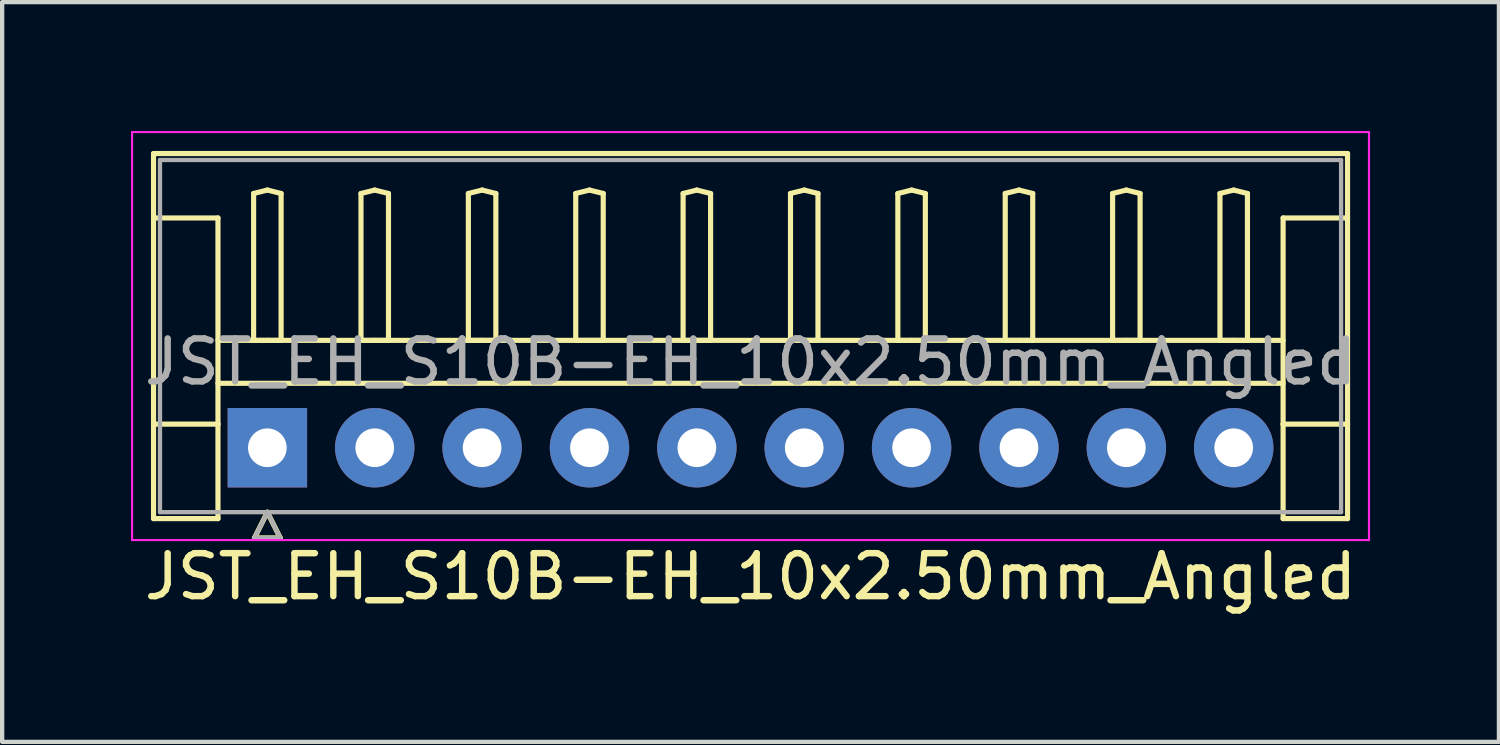
<source format=kicad_pcb>
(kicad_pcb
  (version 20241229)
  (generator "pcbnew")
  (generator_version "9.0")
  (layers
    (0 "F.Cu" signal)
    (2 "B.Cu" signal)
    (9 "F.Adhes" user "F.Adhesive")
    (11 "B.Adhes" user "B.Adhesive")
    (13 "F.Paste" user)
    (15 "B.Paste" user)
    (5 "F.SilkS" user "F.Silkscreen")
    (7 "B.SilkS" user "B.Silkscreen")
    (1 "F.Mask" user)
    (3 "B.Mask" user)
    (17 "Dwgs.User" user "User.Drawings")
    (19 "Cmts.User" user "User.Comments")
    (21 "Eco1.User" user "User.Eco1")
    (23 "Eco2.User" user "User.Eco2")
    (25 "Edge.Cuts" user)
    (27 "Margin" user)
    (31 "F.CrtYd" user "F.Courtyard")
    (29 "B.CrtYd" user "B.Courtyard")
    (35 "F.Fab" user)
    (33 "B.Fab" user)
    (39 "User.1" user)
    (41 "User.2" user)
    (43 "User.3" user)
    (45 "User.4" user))
  (footprint "JST_EH_S10B-EH_10x2.50mm_Angled"
    (layer "F.Cu")
    (at 3.175 7.375)
    (property "Reference" "JST_EH_S10B-EH_10x2.50mm_Angled" (at 11.25 3 0) (layer "F.SilkS") (effects (font (size 1 1) (thickness 0.15))))
    (attr through_hole)
    (fp_line (start -2.65 -6.85) (end 25.15 -6.85) (stroke (width 0.12) (type solid)) (layer "F.SilkS"))
    (fp_line (start -2.65 -5.35) (end -1.15 -5.35) (stroke (width 0.12) (type solid)) (layer "F.SilkS"))
    (fp_line (start -2.65 1.65) (end -2.65 -6.85) (stroke (width 0.12) (type solid)) (layer "F.SilkS"))
    (fp_line (start -1.15 -5.35) (end -1.15 -0.55) (stroke (width 0.12) (type solid)) (layer "F.SilkS"))
    (fp_line (start -1.15 -2.5) (end 23.65 -2.5) (stroke (width 0.12) (type solid)) (layer "F.SilkS"))
    (fp_line (start -1.15 -1.5) (end 23.65 -1.5) (stroke (width 0.12) (type solid)) (layer "F.SilkS"))
    (fp_line (start -1.15 -0.55) (end -2.65 -0.55) (stroke (width 0.12) (type solid)) (layer "F.SilkS"))
    (fp_line (start -1.15 -0.55) (end -1.15 1.65) (stroke (width 0.12) (type solid)) (layer "F.SilkS"))
    (fp_line (start -1.15 1.65) (end -2.65 1.65) (stroke (width 0.12) (type solid)) (layer "F.SilkS"))
    (fp_line (start -0.32 -5.92) (end 0 -6) (stroke (width 0.12) (type solid)) (layer "F.SilkS"))
    (fp_line (start -0.32 -2.5) (end -0.32 -5.92) (stroke (width 0.12) (type solid)) (layer "F.SilkS"))
    (fp_line (start -0.3 2.1) (end 0.3 2.1) (stroke (width 0.12) (type solid)) (layer "F.SilkS"))
    (fp_line (start 0 -6) (end 0.32 -5.92) (stroke (width 0.12) (type solid)) (layer "F.SilkS"))
    (fp_line (start 0 -2.5) (end -0.32 -2.5) (stroke (width 0.12) (type solid)) (layer "F.SilkS"))
    (fp_line (start 0 1.5) (end -0.3 2.1) (stroke (width 0.12) (type solid)) (layer "F.SilkS"))
    (fp_line (start 0.3 2.1) (end 0 1.5) (stroke (width 0.12) (type solid)) (layer "F.SilkS"))
    (fp_line (start 0.32 -5.92) (end 0.32 -2.5) (stroke (width 0.12) (type solid)) (layer "F.SilkS"))
    (fp_line (start 0.32 -2.5) (end 0 -2.5) (stroke (width 0.12) (type solid)) (layer "F.SilkS"))
    (fp_line (start 2.18 -5.92) (end 2.5 -6) (stroke (width 0.12) (type solid)) (layer "F.SilkS"))
    (fp_line (start 2.18 -2.5) (end 2.18 -5.92) (stroke (width 0.12) (type solid)) (layer "F.SilkS"))
    (fp_line (start 2.5 -6) (end 2.82 -5.92) (stroke (width 0.12) (type solid)) (layer "F.SilkS"))
    (fp_line (start 2.5 -2.5) (end 2.18 -2.5) (stroke (width 0.12) (type solid)) (layer "F.SilkS"))
    (fp_line (start 2.82 -5.92) (end 2.82 -2.5) (stroke (width 0.12) (type solid)) (layer "F.SilkS"))
    (fp_line (start 2.82 -2.5) (end 2.5 -2.5) (stroke (width 0.12) (type solid)) (layer "F.SilkS"))
    (fp_line (start 4.68 -5.92) (end 5 -6) (stroke (width 0.12) (type solid)) (layer "F.SilkS"))
    (fp_line (start 4.68 -2.5) (end 4.68 -5.92) (stroke (width 0.12) (type solid)) (layer "F.SilkS"))
    (fp_line (start 5 -6) (end 5.32 -5.92) (stroke (width 0.12) (type solid)) (layer "F.SilkS"))
    (fp_line (start 5 -2.5) (end 4.68 -2.5) (stroke (width 0.12) (type solid)) (layer "F.SilkS"))
    (fp_line (start 5.32 -5.92) (end 5.32 -2.5) (stroke (width 0.12) (type solid)) (layer "F.SilkS"))
    (fp_line (start 5.32 -2.5) (end 5 -2.5) (stroke (width 0.12) (type solid)) (layer "F.SilkS"))
    (fp_line (start 7.18 -5.92) (end 7.5 -6) (stroke (width 0.12) (type solid)) (layer "F.SilkS"))
    (fp_line (start 7.18 -2.5) (end 7.18 -5.92) (stroke (width 0.12) (type solid)) (layer "F.SilkS"))
    (fp_line (start 7.5 -6) (end 7.82 -5.92) (stroke (width 0.12) (type solid)) (layer "F.SilkS"))
    (fp_line (start 7.5 -2.5) (end 7.18 -2.5) (stroke (width 0.12) (type solid)) (layer "F.SilkS"))
    (fp_line (start 7.82 -5.92) (end 7.82 -2.5) (stroke (width 0.12) (type solid)) (layer "F.SilkS"))
    (fp_line (start 7.82 -2.5) (end 7.5 -2.5) (stroke (width 0.12) (type solid)) (layer "F.SilkS"))
    (fp_line (start 9.68 -5.92) (end 10 -6) (stroke (width 0.12) (type solid)) (layer "F.SilkS"))
    (fp_line (start 9.68 -2.5) (end 9.68 -5.92) (stroke (width 0.12) (type solid)) (layer "F.SilkS"))
    (fp_line (start 10 -6) (end 10.32 -5.92) (stroke (width 0.12) (type solid)) (layer "F.SilkS"))
    (fp_line (start 10 -2.5) (end 9.68 -2.5) (stroke (width 0.12) (type solid)) (layer "F.SilkS"))
    (fp_line (start 10.32 -5.92) (end 10.32 -2.5) (stroke (width 0.12) (type solid)) (layer "F.SilkS"))
    (fp_line (start 10.32 -2.5) (end 10 -2.5) (stroke (width 0.12) (type solid)) (layer "F.SilkS"))
    (fp_line (start 12.18 -5.92) (end 12.5 -6) (stroke (width 0.12) (type solid)) (layer "F.SilkS"))
    (fp_line (start 12.18 -2.5) (end 12.18 -5.92) (stroke (width 0.12) (type solid)) (layer "F.SilkS"))
    (fp_line (start 12.5 -6) (end 12.82 -5.92) (stroke (width 0.12) (type solid)) (layer "F.SilkS"))
    (fp_line (start 12.5 -2.5) (end 12.18 -2.5) (stroke (width 0.12) (type solid)) (layer "F.SilkS"))
    (fp_line (start 12.82 -5.92) (end 12.82 -2.5) (stroke (width 0.12) (type solid)) (layer "F.SilkS"))
    (fp_line (start 12.82 -2.5) (end 12.5 -2.5) (stroke (width 0.12) (type solid)) (layer "F.SilkS"))
    (fp_line (start 14.68 -5.92) (end 15 -6) (stroke (width 0.12) (type solid)) (layer "F.SilkS"))
    (fp_line (start 14.68 -2.5) (end 14.68 -5.92) (stroke (width 0.12) (type solid)) (layer "F.SilkS"))
    (fp_line (start 15 -6) (end 15.32 -5.92) (stroke (width 0.12) (type solid)) (layer "F.SilkS"))
    (fp_line (start 15 -2.5) (end 14.68 -2.5) (stroke (width 0.12) (type solid)) (layer "F.SilkS"))
    (fp_line (start 15.32 -5.92) (end 15.32 -2.5) (stroke (width 0.12) (type solid)) (layer "F.SilkS"))
    (fp_line (start 15.32 -2.5) (end 15 -2.5) (stroke (width 0.12) (type solid)) (layer "F.SilkS"))
    (fp_line (start 17.18 -5.92) (end 17.5 -6) (stroke (width 0.12) (type solid)) (layer "F.SilkS"))
    (fp_line (start 17.18 -2.5) (end 17.18 -5.92) (stroke (width 0.12) (type solid)) (layer "F.SilkS"))
    (fp_line (start 17.5 -6) (end 17.82 -5.92) (stroke (width 0.12) (type solid)) (layer "F.SilkS"))
    (fp_line (start 17.5 -2.5) (end 17.18 -2.5) (stroke (width 0.12) (type solid)) (layer "F.SilkS"))
    (fp_line (start 17.82 -5.92) (end 17.82 -2.5) (stroke (width 0.12) (type solid)) (layer "F.SilkS"))
    (fp_line (start 17.82 -2.5) (end 17.5 -2.5) (stroke (width 0.12) (type solid)) (layer "F.SilkS"))
    (fp_line (start 19.68 -5.92) (end 20 -6) (stroke (width 0.12) (type solid)) (layer "F.SilkS"))
    (fp_line (start 19.68 -2.5) (end 19.68 -5.92) (stroke (width 0.12) (type solid)) (layer "F.SilkS"))
    (fp_line (start 20 -6) (end 20.32 -5.92) (stroke (width 0.12) (type solid)) (layer "F.SilkS"))
    (fp_line (start 20 -2.5) (end 19.68 -2.5) (stroke (width 0.12) (type solid)) (layer "F.SilkS"))
    (fp_line (start 20.32 -5.92) (end 20.32 -2.5) (stroke (width 0.12) (type solid)) (layer "F.SilkS"))
    (fp_line (start 20.32 -2.5) (end 20 -2.5) (stroke (width 0.12) (type solid)) (layer "F.SilkS"))
    (fp_line (start 22.18 -5.92) (end 22.5 -6) (stroke (width 0.12) (type solid)) (layer "F.SilkS"))
    (fp_line (start 22.18 -2.5) (end 22.18 -5.92) (stroke (width 0.12) (type solid)) (layer "F.SilkS"))
    (fp_line (start 22.5 -6) (end 22.82 -5.92) (stroke (width 0.12) (type solid)) (layer "F.SilkS"))
    (fp_line (start 22.5 -2.5) (end 22.18 -2.5) (stroke (width 0.12) (type solid)) (layer "F.SilkS"))
    (fp_line (start 22.82 -5.92) (end 22.82 -2.5) (stroke (width 0.12) (type solid)) (layer "F.SilkS"))
    (fp_line (start 22.82 -2.5) (end 22.5 -2.5) (stroke (width 0.12) (type solid)) (layer "F.SilkS"))
    (fp_line (start 23.65 -5.35) (end 23.65 -0.55) (stroke (width 0.12) (type solid)) (layer "F.SilkS"))
    (fp_line (start 23.65 -0.55) (end 25.15 -0.55) (stroke (width 0.12) (type solid)) (layer "F.SilkS"))
    (fp_line (start 23.65 1.65) (end 23.65 -0.55) (stroke (width 0.12) (type solid)) (layer "F.SilkS"))
    (fp_line (start 25.15 -6.85) (end 25.15 1.65) (stroke (width 0.12) (type solid)) (layer "F.SilkS"))
    (fp_line (start 25.15 -5.35) (end 23.65 -5.35) (stroke (width 0.12) (type solid)) (layer "F.SilkS"))
    (fp_line (start 25.15 1.65) (end 23.65 1.65) (stroke (width 0.12) (type solid)) (layer "F.SilkS"))
    (fp_line (start -3.15 -7.35) (end -3.15 2.15) (stroke (width 0.05) (type solid)) (layer "F.CrtYd"))
    (fp_line (start -3.15 2.15) (end 25.65 2.15) (stroke (width 0.05) (type solid)) (layer "F.CrtYd"))
    (fp_line (start 25.65 -7.35) (end -3.15 -7.35) (stroke (width 0.05) (type solid)) (layer "F.CrtYd"))
    (fp_line (start 25.65 2.15) (end 25.65 -7.35) (stroke (width 0.05) (type solid)) (layer "F.CrtYd"))
    (fp_line (start -2.5 -6.7) (end -2.5 1.5) (stroke (width 0.1) (type solid)) (layer "F.Fab"))
    (fp_line (start -2.5 1.5) (end 25 1.5) (stroke (width 0.1) (type solid)) (layer "F.Fab"))
    (fp_line (start -0.3 2.1) (end 0.3 2.1) (stroke (width 0.1) (type solid)) (layer "F.Fab"))
    (fp_line (start 0 1.5) (end -0.3 2.1) (stroke (width 0.1) (type solid)) (layer "F.Fab"))
    (fp_line (start 0.3 2.1) (end 0 1.5) (stroke (width 0.1) (type solid)) (layer "F.Fab"))
    (fp_line (start 25 -6.7) (end -2.5 -6.7) (stroke (width 0.1) (type solid)) (layer "F.Fab"))
    (fp_line (start 25 1.5) (end 25 -6.7) (stroke (width 0.1) (type solid)) (layer "F.Fab"))
    (fp_text user "${REFERENCE}" (at 11.25 -2 0) (layer "F.Fab") (effects (font (size 1 1) (thickness 0.15))))
    (pad "1" thru_hole rect (at 0 0) (size 1.85 1.85) (drill 0.9) (layers "*.Cu" "*.Mask"))
    (pad "2" thru_hole circle (at 2.5 0) (size 1.85 1.85) (drill 0.9) (layers "*.Cu" "*.Mask"))
    (pad "3" thru_hole circle (at 5 0) (size 1.85 1.85) (drill 0.9) (layers "*.Cu" "*.Mask"))
    (pad "4" thru_hole circle (at 7.5 0) (size 1.85 1.85) (drill 0.9) (layers "*.Cu" "*.Mask"))
    (pad "5" thru_hole circle (at 10 0) (size 1.85 1.85) (drill 0.9) (layers "*.Cu" "*.Mask"))
    (pad "6" thru_hole circle (at 12.5 0) (size 1.85 1.85) (drill 0.9) (layers "*.Cu" "*.Mask"))
    (pad "7" thru_hole circle (at 15 0) (size 1.85 1.85) (drill 0.9) (layers "*.Cu" "*.Mask"))
    (pad "8" thru_hole circle (at 17.5 0) (size 1.85 1.85) (drill 0.9) (layers "*.Cu" "*.Mask"))
    (pad "9" thru_hole circle (at 20 0) (size 1.85 1.85) (drill 0.9) (layers "*.Cu" "*.Mask"))
    (pad "10" thru_hole circle (at 22.5 0) (size 1.85 1.85) (drill 0.9) (layers "*.Cu" "*.Mask")))
  (gr_rect
    (start -3 -3)
    (end 31.85 14.223)
    (stroke (width 0.1) (type default))
    (fill no)
    (layer "Edge.Cuts")))
</source>
